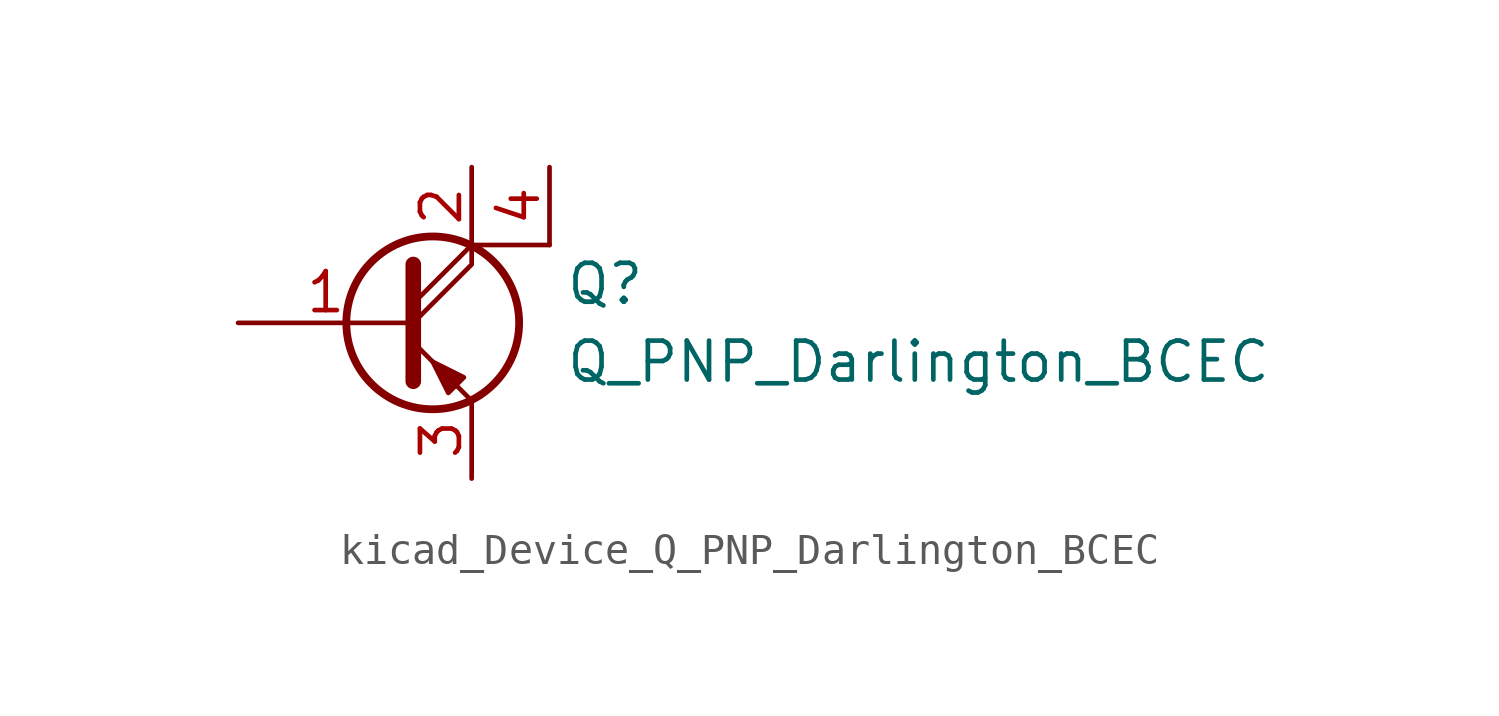
<source format=kicad_sym>
(kicad_symbol_lib
  (version 20220914)
  (generator kicad_symbol_editor)
  (symbol "kicad_Device_Q_PNP_Darlington_BCEC"
    (pin_names
      (offset 0) hide)
    (property "Reference" "Q"
      (at 5.588 1.27 0)
      (effects (font (size 1.27 1.27)) (justify left)))
    (property "Value" "Q_PNP_Darlington_BCEC"
      (at 5.588 -1.27 0)
      (effects (font (size 1.27 1.27)) (justify left)))
    (symbol "kicad_Device_Q_PNP_Darlington_BCEC_0_1"
      (polyline (pts (xy 0.635 0.635) (xy 2.54 2.54)) (stroke (width 0) (type default)) (fill (type none)))
      (polyline (pts (xy 5.08 2.54) (xy 2.54 2.54)) (stroke (width 0) (type default)) (fill (type none)))
      (polyline (pts (xy 0.635 -0.635) (xy 2.54 -2.54) (xy 2.54 -2.54)) (stroke (width 0) (type default)) (fill (type none)))
      (polyline (pts (xy 0.635 0) (xy 2.54 1.905) (xy 2.54 2.54)) (stroke (width 0) (type default)) (fill (type none)))
      (polyline (pts (xy 0.635 1.905) (xy 0.635 -1.905) (xy 0.635 -1.905)) (stroke (width 0.508) (type default)) (fill (type none)))
      (polyline (pts (xy 2.286 -1.778) (xy 1.778 -2.286) (xy 1.27 -1.27) (xy 2.286 -1.778) (xy 2.286 -1.778)) (stroke (width 0) (type default)) (fill (type outline)))
      (circle (center 1.27 0) (radius 2.819) (stroke (width 0.254) (type default)) (fill (type none))))
    (symbol "kicad_Device_Q_PNP_Darlington_BCEC_1_1"
      (pin input line (at -5.08 0 0) (length 5.715) (name "B" (effects (font (size 1.27 1.27)))) (number "1" (effects (font (size 1.27 1.27)))))
      (pin passive line (at 2.54 5.08 270) (length 2.54) (name "C" (effects (font (size 1.27 1.27)))) (number "2" (effects (font (size 1.27 1.27)))))
      (pin passive line (at 2.54 -5.08 90) (length 2.54) (name "E" (effects (font (size 1.27 1.27)))) (number "3" (effects (font (size 1.27 1.27)))))
      (pin passive line (at 5.08 5.08 270) (length 2.54) (name "C" (effects (font (size 1.27 1.27)))) (number "4" (effects (font (size 1.27 1.27))))))))
</source>
